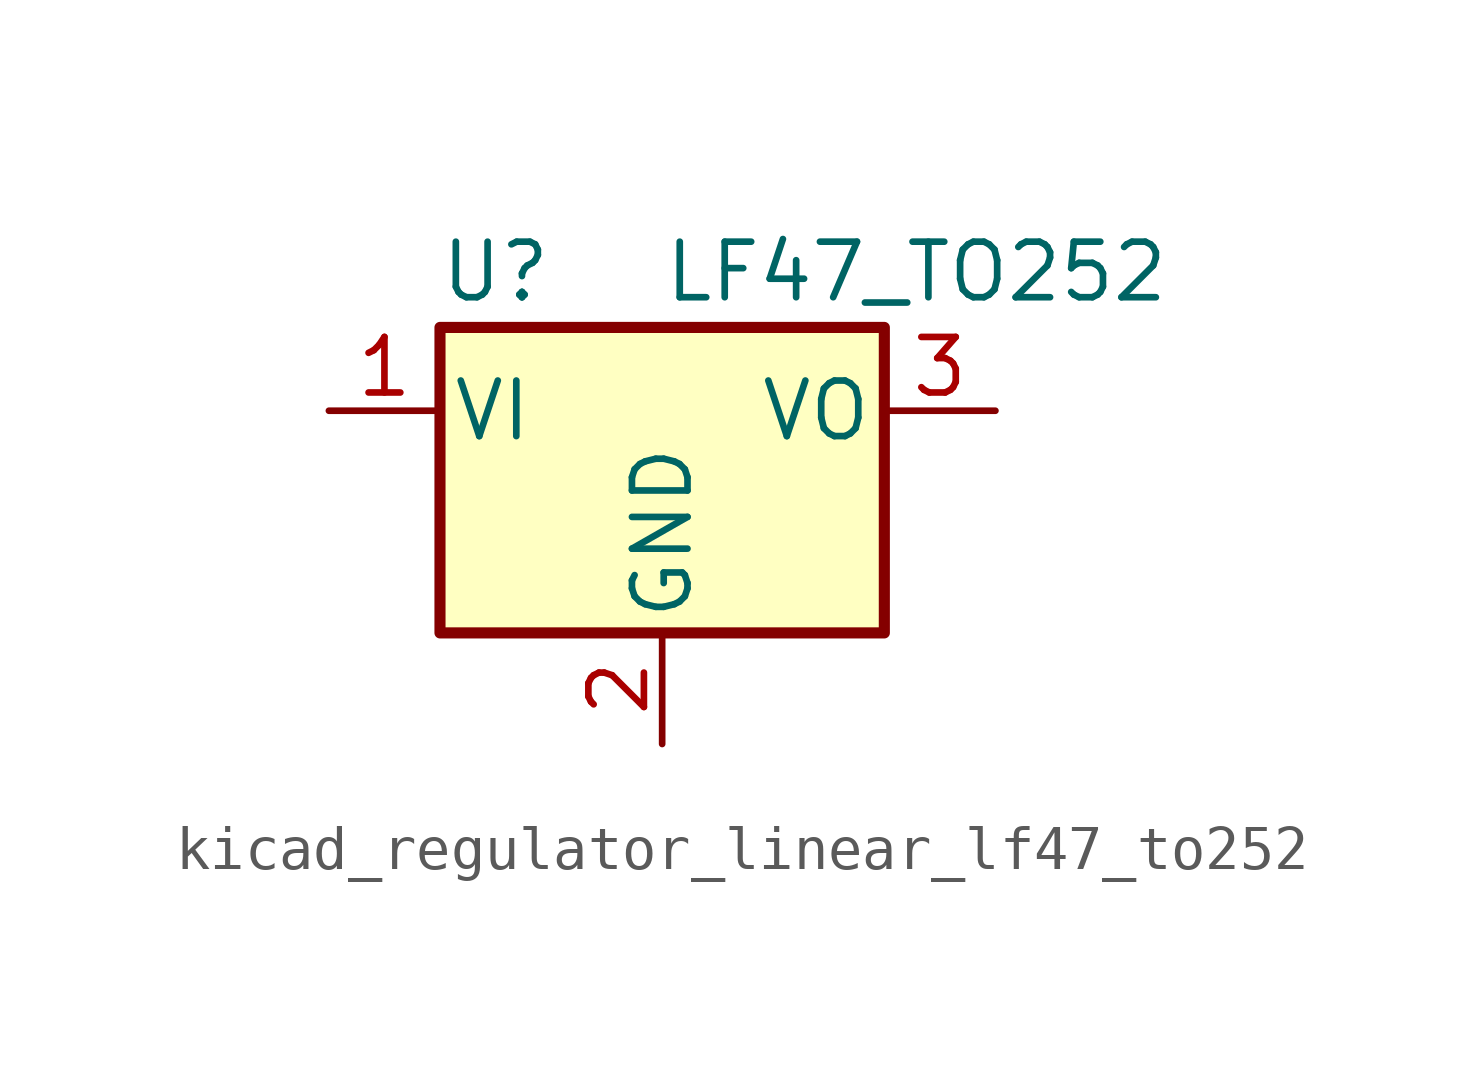
<source format=kicad_sym>
(kicad_symbol_lib
  (version 20220914)
  (generator kicad_symbol_editor)
  (symbol "kicad_regulator_linear_lf47_to252"
    (pin_names
      (offset 0.254))
    (property "Reference" "U"
      (at -3.81 3.175 0)
      (effects (font (size 1.27 1.27))))
    (property "Value" "LF47_TO252"
      (at 0 3.175 0)
      (effects (font (size 1.27 1.27)) (justify left)))
    (symbol "kicad_regulator_linear_lf47_to252_0_1"
      (rectangle (start -5.08 1.905) (end 5.08 -5.08) (stroke (width 0.254) (type default)) (fill (type background))))
    (symbol "kicad_regulator_linear_lf47_to252_1_1"
      (pin power_in line (at -7.62 0 0) (length 2.54) (name "VI" (effects (font (size 1.27 1.27)))) (number "1" (effects (font (size 1.27 1.27)))))
      (pin power_in line (at 0 -7.62 90) (length 2.54) (name "GND" (effects (font (size 1.27 1.27)))) (number "2" (effects (font (size 1.27 1.27)))))
      (pin power_out line (at 7.62 0 180) (length 2.54) (name "VO" (effects (font (size 1.27 1.27)))) (number "3" (effects (font (size 1.27 1.27))))))))
</source>
